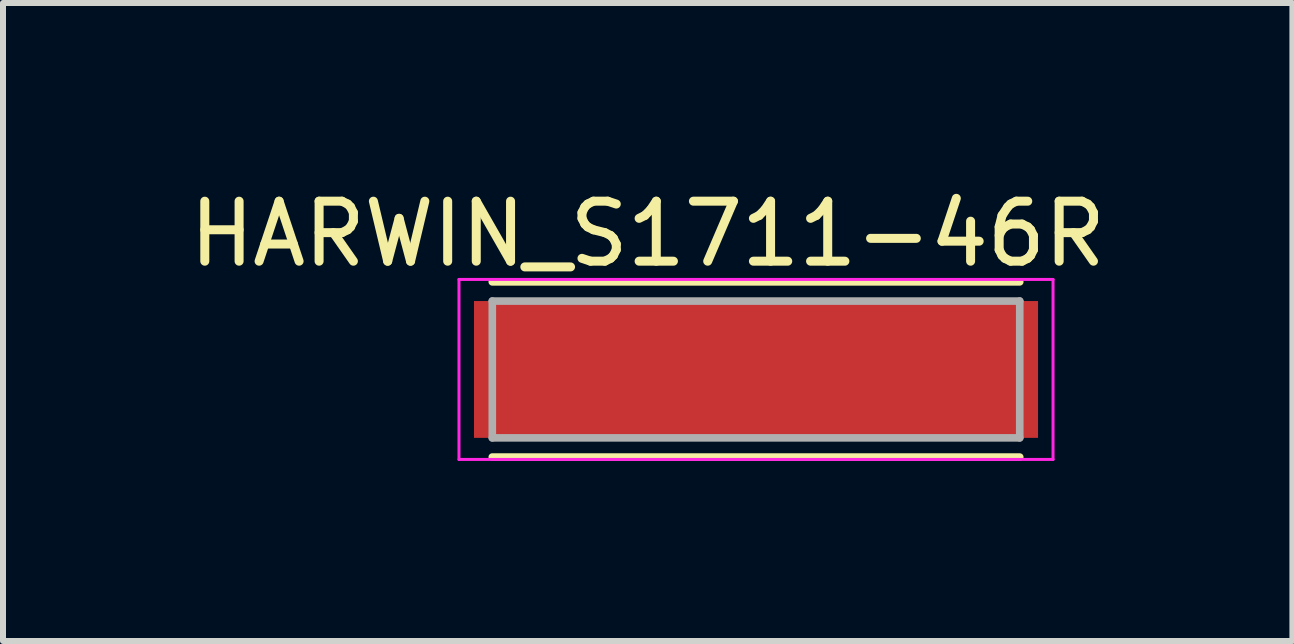
<source format=kicad_pcb>
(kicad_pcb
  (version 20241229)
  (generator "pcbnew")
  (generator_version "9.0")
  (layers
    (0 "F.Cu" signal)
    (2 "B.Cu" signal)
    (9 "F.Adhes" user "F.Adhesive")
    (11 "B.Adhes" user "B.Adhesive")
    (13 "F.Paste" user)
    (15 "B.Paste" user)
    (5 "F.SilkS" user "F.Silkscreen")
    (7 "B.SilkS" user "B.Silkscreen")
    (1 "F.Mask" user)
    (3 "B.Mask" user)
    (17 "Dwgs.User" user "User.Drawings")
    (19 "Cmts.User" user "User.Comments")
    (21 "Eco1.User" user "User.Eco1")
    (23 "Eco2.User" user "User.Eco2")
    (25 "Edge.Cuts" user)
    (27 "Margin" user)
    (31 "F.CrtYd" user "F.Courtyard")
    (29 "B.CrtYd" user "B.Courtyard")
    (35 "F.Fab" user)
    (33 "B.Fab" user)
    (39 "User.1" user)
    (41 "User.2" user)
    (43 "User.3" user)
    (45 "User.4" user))
  (footprint "HARWIN_S1711-46R"
    (layer "F.Cu")
    (at 9.549 3.107)
    (property "Reference" "HARWIN_S1711-46R" (at -1.805 -2.259 0) (layer "F.SilkS") (effects (font (size 1 1) (thickness 0.15))))
    (attr through_hole)
    (fp_line (start -4.395 -1.46) (end 4.395 -1.46) (stroke (width 0.127) (type solid)) (layer "F.SilkS"))
    (fp_line (start 4.395 1.46) (end -4.395 1.46) (stroke (width 0.127) (type solid)) (layer "F.SilkS"))
    (fp_line (start -4.95 -1.5) (end 4.95 -1.5) (stroke (width 0.05) (type solid)) (layer "F.CrtYd"))
    (fp_line (start -4.95 1.5) (end -4.95 -1.5) (stroke (width 0.05) (type solid)) (layer "F.CrtYd"))
    (fp_line (start 4.95 -1.5) (end 4.95 1.5) (stroke (width 0.05) (type solid)) (layer "F.CrtYd"))
    (fp_line (start 4.95 1.5) (end -4.95 1.5) (stroke (width 0.05) (type solid)) (layer "F.CrtYd"))
    (fp_line (start -4.395 -1.14) (end 4.395 -1.14) (stroke (width 0.127) (type solid)) (layer "F.Fab"))
    (fp_line (start -4.395 1.14) (end -4.395 -1.14) (stroke (width 0.127) (type solid)) (layer "F.Fab"))
    (fp_line (start 4.395 -1.14) (end 4.395 1.14) (stroke (width 0.127) (type solid)) (layer "F.Fab"))
    (fp_line (start 4.395 1.14) (end -4.395 1.14) (stroke (width 0.127) (type solid)) (layer "F.Fab"))
    (pad "1" smd rect (at 0 0) (size 9.4 2.28) (layers "F.Cu" "F.Mask" "F.Paste")))
  (gr_rect
    (start -3 -3)
    (end 18.488 7.632)
    (stroke (width 0.1) (type default))
    (fill no)
    (layer "Edge.Cuts")))
</source>
